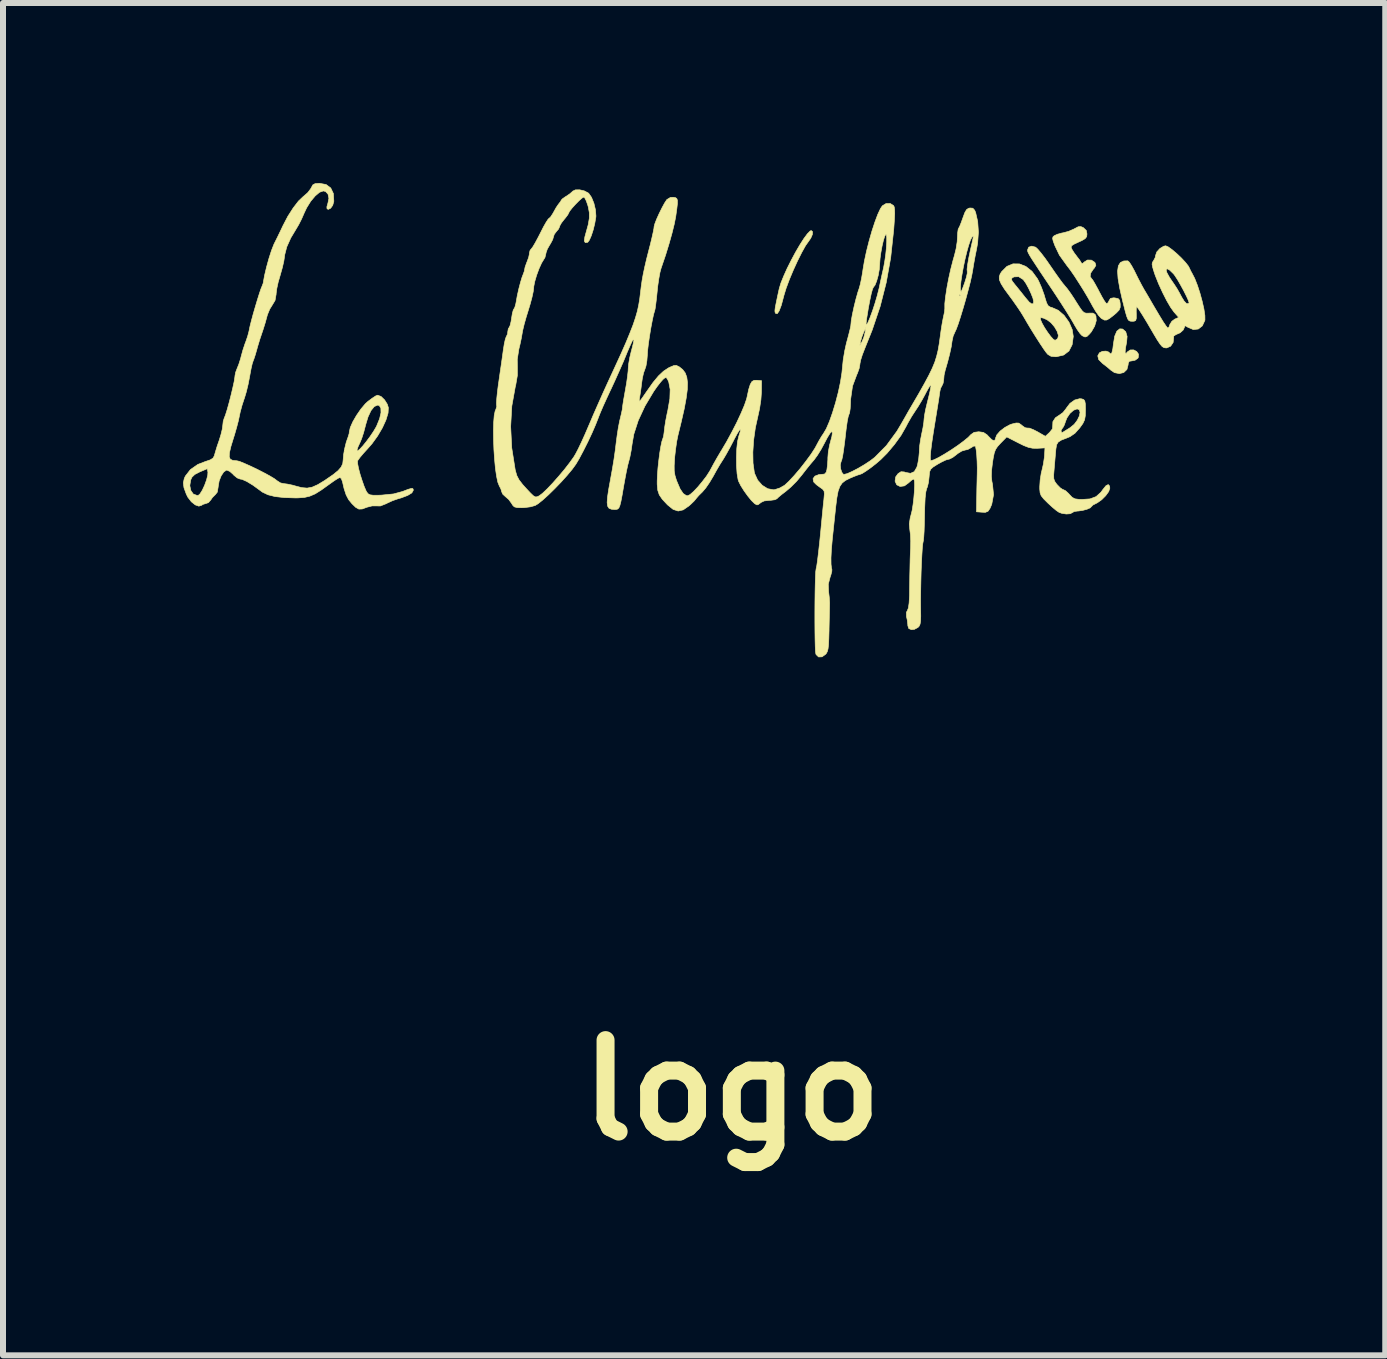
<source format=kicad_pcb>
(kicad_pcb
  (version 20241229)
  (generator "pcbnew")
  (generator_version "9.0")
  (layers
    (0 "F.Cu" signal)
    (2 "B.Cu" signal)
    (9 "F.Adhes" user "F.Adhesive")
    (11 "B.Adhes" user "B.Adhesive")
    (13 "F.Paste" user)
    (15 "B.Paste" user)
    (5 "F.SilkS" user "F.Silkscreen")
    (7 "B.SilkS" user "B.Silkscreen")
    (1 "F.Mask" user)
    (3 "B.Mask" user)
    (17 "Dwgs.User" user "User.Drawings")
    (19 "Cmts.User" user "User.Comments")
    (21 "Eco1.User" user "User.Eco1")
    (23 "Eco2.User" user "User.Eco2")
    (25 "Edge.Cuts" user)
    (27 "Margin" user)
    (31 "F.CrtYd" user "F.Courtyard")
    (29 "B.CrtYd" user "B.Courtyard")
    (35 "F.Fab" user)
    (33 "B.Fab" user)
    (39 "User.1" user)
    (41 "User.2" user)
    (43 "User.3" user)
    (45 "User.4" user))
  (footprint "logo"
    (layer "F.Cu")
    (at 9.146 15.118)
    (property "Reference" "logo" (at 0 0 0) (layer "F.SilkS") (effects (font (size 1.524 1.524) (thickness 0.3))))
    (attr through_hole)
    (fp_poly (pts (xy 1.345 -14.307) (xy 1.342 -14.26) (xy 1.316 -14.2) (xy 1.283 -14.152) (xy 1.228 -14.074) (xy 1.164 -13.959) (xy 1.094 -13.819) (xy 1.024 -13.666) (xy 0.959 -13.511) (xy 0.905 -13.366) (xy 0.867 -13.242) (xy 0.863 -13.225) (xy 0.824 -13.08) (xy 0.788 -12.986) (xy 0.757 -12.941) (xy 0.729 -12.946) (xy 0.725 -12.953) (xy 0.719 -12.969) (xy 0.718 -12.998) (xy 0.724 -13.046) (xy 0.739 -13.122) (xy 0.762 -13.233) (xy 0.79 -13.36) (xy 0.818 -13.453) (xy 0.864 -13.567) (xy 0.922 -13.696) (xy 0.99 -13.831) (xy 1.061 -13.964) (xy 1.133 -14.087) (xy 1.2 -14.192) (xy 1.259 -14.272) (xy 1.304 -14.318) (xy 1.323 -14.326) (xy 1.345 -14.307)) (stroke (width 0.01) (type solid)) (fill yes) (layer "F.SilkS"))
    (fp_poly (pts (xy 6.512 -12.685) (xy 6.564 -12.64) (xy 6.587 -12.561) (xy 6.578 -12.457) (xy 6.577 -12.456) (xy 6.562 -12.378) (xy 6.555 -12.314) (xy 6.555 -12.306) (xy 6.557 -12.271) (xy 6.572 -12.279) (xy 6.59 -12.302) (xy 6.639 -12.336) (xy 6.696 -12.337) (xy 6.747 -12.31) (xy 6.777 -12.266) (xy 6.773 -12.211) (xy 6.766 -12.198) (xy 6.72 -12.165) (xy 6.671 -12.155) (xy 6.621 -12.147) (xy 6.605 -12.11) (xy 6.604 -12.089) (xy 6.584 -12.011) (xy 6.531 -11.96) (xy 6.458 -11.942) (xy 6.377 -11.958) (xy 6.318 -11.998) (xy 6.25 -12.056) (xy 6.176 -12.113) (xy 6.175 -12.114) (xy 6.113 -12.176) (xy 6.098 -12.238) (xy 6.126 -12.289) (xy 6.175 -12.313) (xy 6.235 -12.317) (xy 6.281 -12.301) (xy 6.287 -12.294) (xy 6.312 -12.269) (xy 6.333 -12.289) (xy 6.349 -12.357) (xy 6.359 -12.438) (xy 6.38 -12.565) (xy 6.416 -12.649) (xy 6.464 -12.688) (xy 6.512 -12.685)) (stroke (width 0.01) (type solid)) (fill yes) (layer "F.SilkS"))
    (fp_poly (pts (xy 5.062 -14.049) (xy 5.063 -14.048) (xy 5.098 -14.016) (xy 5.153 -13.951) (xy 5.222 -13.861) (xy 5.296 -13.755) (xy 5.309 -13.736) (xy 5.385 -13.626) (xy 5.455 -13.527) (xy 5.513 -13.449) (xy 5.551 -13.403) (xy 5.554 -13.399) (xy 5.592 -13.354) (xy 5.647 -13.278) (xy 5.708 -13.186) (xy 5.734 -13.144) (xy 5.794 -13.05) (xy 5.836 -12.991) (xy 5.868 -12.96) (xy 5.901 -12.949) (xy 5.943 -12.949) (xy 5.953 -12.95) (xy 6.018 -12.95) (xy 6.053 -12.929) (xy 6.068 -12.899) (xy 6.073 -12.824) (xy 6.046 -12.733) (xy 5.993 -12.641) (xy 5.963 -12.605) (xy 5.919 -12.562) (xy 5.886 -12.552) (xy 5.845 -12.57) (xy 5.836 -12.575) (xy 5.804 -12.608) (xy 5.757 -12.674) (xy 5.706 -12.759) (xy 5.7 -12.771) (xy 5.655 -12.848) (xy 5.588 -12.957) (xy 5.506 -13.086) (xy 5.415 -13.226) (xy 5.337 -13.344) (xy 5.219 -13.52) (xy 5.126 -13.659) (xy 5.056 -13.766) (xy 5.004 -13.845) (xy 4.969 -13.901) (xy 4.947 -13.94) (xy 4.935 -13.966) (xy 4.929 -13.983) (xy 4.928 -13.998) (xy 4.928 -14.003) (xy 4.947 -14.049) (xy 4.997 -14.066) (xy 5.062 -14.049)) (stroke (width 0.01) (type solid)) (fill yes) (layer "F.SilkS"))
    (fp_poly (pts (xy 5.857 -14.375) (xy 5.907 -14.327) (xy 5.918 -14.269) (xy 5.913 -14.225) (xy 5.888 -14.192) (xy 5.835 -14.16) (xy 5.778 -14.134) (xy 5.701 -14.098) (xy 5.662 -14.072) (xy 5.654 -14.047) (xy 5.667 -14.014) (xy 5.667 -14.014) (xy 5.705 -13.954) (xy 5.754 -13.889) (xy 5.754 -13.888) (xy 5.797 -13.833) (xy 5.823 -13.789) (xy 5.824 -13.787) (xy 5.842 -13.772) (xy 5.872 -13.801) (xy 5.926 -13.835) (xy 5.992 -13.833) (xy 6.047 -13.797) (xy 6.054 -13.787) (xy 6.066 -13.746) (xy 6.041 -13.701) (xy 6.025 -13.684) (xy 5.98 -13.617) (xy 5.971 -13.559) (xy 5.995 -13.525) (xy 6.018 -13.496) (xy 6.055 -13.433) (xy 6.102 -13.347) (xy 6.122 -13.308) (xy 6.17 -13.218) (xy 6.211 -13.149) (xy 6.24 -13.111) (xy 6.247 -13.106) (xy 6.272 -13.127) (xy 6.287 -13.159) (xy 6.311 -13.196) (xy 6.362 -13.205) (xy 6.384 -13.203) (xy 6.438 -13.192) (xy 6.463 -13.163) (xy 6.472 -13.103) (xy 6.472 -13.046) (xy 6.454 -13.001) (xy 6.409 -12.954) (xy 6.368 -12.919) (xy 6.295 -12.862) (xy 6.247 -12.835) (xy 6.209 -12.834) (xy 6.166 -12.857) (xy 6.152 -12.867) (xy 6.114 -12.908) (xy 6.063 -12.98) (xy 6.009 -13.072) (xy 5.993 -13.102) (xy 5.937 -13.203) (xy 5.867 -13.321) (xy 5.79 -13.444) (xy 5.714 -13.562) (xy 5.646 -13.661) (xy 5.593 -13.731) (xy 5.584 -13.742) (xy 5.459 -13.916) (xy 5.384 -14.073) (xy 5.355 -14.151) (xy 5.345 -14.196) (xy 5.353 -14.223) (xy 5.373 -14.24) (xy 5.424 -14.264) (xy 5.5 -14.285) (xy 5.52 -14.288) (xy 5.613 -14.313) (xy 5.7 -14.351) (xy 5.711 -14.357) (xy 5.772 -14.389) (xy 5.816 -14.392) (xy 5.857 -14.375)) (stroke (width 0.01) (type solid)) (fill yes) (layer "F.SilkS"))
    (fp_poly (pts (xy 4.793 -13.77) (xy 4.901 -13.727) (xy 5.003 -13.645) (xy 5.092 -13.524) (xy 5.114 -13.482) (xy 5.161 -13.375) (xy 5.204 -13.256) (xy 5.219 -13.204) (xy 5.245 -13.121) (xy 5.27 -13.074) (xy 5.305 -13.051) (xy 5.335 -13.043) (xy 5.441 -12.996) (xy 5.538 -12.911) (xy 5.618 -12.8) (xy 5.672 -12.676) (xy 5.69 -12.561) (xy 5.671 -12.423) (xy 5.618 -12.319) (xy 5.531 -12.252) (xy 5.412 -12.224) (xy 5.397 -12.223) (xy 5.32 -12.23) (xy 5.267 -12.261) (xy 5.24 -12.292) (xy 5.199 -12.349) (xy 5.139 -12.439) (xy 5.068 -12.55) (xy 4.993 -12.67) (xy 4.922 -12.788) (xy 4.873 -12.873) (xy 5.143 -12.873) (xy 5.144 -12.841) (xy 5.169 -12.783) (xy 5.211 -12.708) (xy 5.262 -12.631) (xy 5.313 -12.562) (xy 5.358 -12.513) (xy 5.386 -12.497) (xy 5.416 -12.514) (xy 5.432 -12.531) (xy 5.442 -12.578) (xy 5.421 -12.646) (xy 5.377 -12.721) (xy 5.318 -12.79) (xy 5.253 -12.839) (xy 5.191 -12.867) (xy 5.15 -12.875) (xy 5.143 -12.873) (xy 4.873 -12.873) (xy 4.86 -12.894) (xy 4.855 -12.903) (xy 4.811 -12.974) (xy 4.747 -13.069) (xy 4.673 -13.174) (xy 4.63 -13.232) (xy 4.544 -13.349) (xy 4.489 -13.436) (xy 4.46 -13.501) (xy 4.459 -13.519) (xy 4.659 -13.519) (xy 4.671 -13.485) (xy 4.714 -13.43) (xy 4.771 -13.36) (xy 4.841 -13.273) (xy 4.888 -13.213) (xy 4.955 -13.134) (xy 5.001 -13.101) (xy 5.025 -13.113) (xy 5.029 -13.145) (xy 5.017 -13.2) (xy 4.985 -13.28) (xy 4.943 -13.369) (xy 4.898 -13.45) (xy 4.858 -13.506) (xy 4.854 -13.51) (xy 4.78 -13.557) (xy 4.704 -13.554) (xy 4.675 -13.54) (xy 4.659 -13.519) (xy 4.459 -13.519) (xy 4.456 -13.554) (xy 4.472 -13.603) (xy 4.497 -13.642) (xy 4.584 -13.729) (xy 4.685 -13.771) (xy 4.793 -13.77)) (stroke (width 0.01) (type solid)) (fill yes) (layer "F.SilkS"))
    (fp_poly (pts (xy 7.272 -14.054) (xy 7.336 -14.008) (xy 7.413 -13.943) (xy 7.49 -13.87) (xy 7.558 -13.797) (xy 7.606 -13.736) (xy 7.619 -13.713) (xy 7.649 -13.65) (xy 7.669 -13.614) (xy 7.713 -13.529) (xy 7.758 -13.415) (xy 7.801 -13.283) (xy 7.838 -13.147) (xy 7.867 -13.019) (xy 7.883 -12.911) (xy 7.884 -12.836) (xy 7.882 -12.827) (xy 7.84 -12.737) (xy 7.773 -12.685) (xy 7.69 -12.676) (xy 7.6 -12.714) (xy 7.559 -12.738) (xy 7.545 -12.73) (xy 7.544 -12.718) (xy 7.522 -12.669) (xy 7.47 -12.622) (xy 7.405 -12.594) (xy 7.404 -12.594) (xy 7.364 -12.568) (xy 7.362 -12.536) (xy 7.354 -12.46) (xy 7.312 -12.399) (xy 7.248 -12.37) (xy 7.236 -12.37) (xy 7.203 -12.374) (xy 7.171 -12.393) (xy 7.136 -12.434) (xy 7.089 -12.504) (xy 7.026 -12.61) (xy 7.022 -12.617) (xy 6.921 -12.79) (xy 6.842 -12.92) (xy 6.786 -13.007) (xy 6.753 -13.051) (xy 6.746 -13.056) (xy 6.74 -13.033) (xy 6.739 -12.975) (xy 6.74 -12.935) (xy 6.74 -12.862) (xy 6.73 -12.827) (xy 6.703 -12.815) (xy 6.67 -12.814) (xy 6.641 -12.816) (xy 6.618 -12.825) (xy 6.599 -12.849) (xy 6.58 -12.897) (xy 6.557 -12.976) (xy 6.528 -13.092) (xy 6.511 -13.157) (xy 6.464 -13.364) (xy 6.436 -13.527) (xy 6.428 -13.65) (xy 6.441 -13.738) (xy 6.475 -13.793) (xy 6.531 -13.819) (xy 6.598 -13.821) (xy 6.624 -13.798) (xy 6.662 -13.74) (xy 6.707 -13.658) (xy 6.719 -13.633) (xy 6.772 -13.526) (xy 6.828 -13.419) (xy 6.875 -13.334) (xy 6.877 -13.332) (xy 6.929 -13.244) (xy 6.99 -13.139) (xy 7.033 -13.065) (xy 7.123 -12.913) (xy 7.19 -12.803) (xy 7.237 -12.734) (xy 7.263 -12.703) (xy 7.268 -12.701) (xy 7.286 -12.721) (xy 7.299 -12.759) (xy 7.332 -12.813) (xy 7.38 -12.849) (xy 7.447 -12.879) (xy 7.369 -12.967) (xy 7.313 -13.045) (xy 7.247 -13.158) (xy 7.178 -13.294) (xy 7.112 -13.438) (xy 7.056 -13.578) (xy 7.039 -13.627) (xy 7.025 -13.673) (xy 7.237 -13.673) (xy 7.25 -13.624) (xy 7.294 -13.544) (xy 7.309 -13.522) (xy 7.374 -13.427) (xy 7.42 -13.356) (xy 7.457 -13.291) (xy 7.498 -13.214) (xy 7.537 -13.151) (xy 7.574 -13.112) (xy 7.587 -13.106) (xy 7.617 -13.115) (xy 7.62 -13.12) (xy 7.608 -13.161) (xy 7.576 -13.232) (xy 7.531 -13.322) (xy 7.479 -13.417) (xy 7.428 -13.506) (xy 7.383 -13.575) (xy 7.362 -13.603) (xy 7.296 -13.667) (xy 7.254 -13.689) (xy 7.237 -13.673) (xy 7.025 -13.673) (xy 7.013 -13.713) (xy 7.003 -13.766) (xy 7.011 -13.8) (xy 7.025 -13.82) (xy 7.055 -13.876) (xy 7.061 -13.91) (xy 7.082 -13.97) (xy 7.134 -14.027) (xy 7.197 -14.065) (xy 7.23 -14.072) (xy 7.272 -14.054)) (stroke (width 0.01) (type solid)) (fill yes) (layer "F.SilkS"))
    (fp_poly (pts (xy -6.762 -15.093) (xy -6.684 -15.035) (xy -6.64 -14.942) (xy -6.633 -14.815) (xy -6.634 -14.808) (xy -6.652 -14.745) (xy -6.686 -14.698) (xy -6.724 -14.679) (xy -6.746 -14.688) (xy -6.749 -14.72) (xy -6.733 -14.777) (xy -6.731 -14.783) (xy -6.715 -14.864) (xy -6.73 -14.933) (xy -6.771 -14.977) (xy -6.808 -14.986) (xy -6.871 -14.964) (xy -6.943 -14.903) (xy -7.018 -14.814) (xy -7.085 -14.706) (xy -7.125 -14.622) (xy -7.169 -14.521) (xy -7.217 -14.426) (xy -7.256 -14.36) (xy -7.35 -14.203) (xy -7.417 -14.054) (xy -7.451 -13.923) (xy -7.454 -13.898) (xy -7.466 -13.816) (xy -7.491 -13.707) (xy -7.523 -13.594) (xy -7.528 -13.576) (xy -7.56 -13.466) (xy -7.583 -13.36) (xy -7.594 -13.278) (xy -7.594 -13.267) (xy -7.612 -13.162) (xy -7.657 -13.087) (xy -7.701 -13.016) (xy -7.739 -12.924) (xy -7.749 -12.888) (xy -7.776 -12.789) (xy -7.811 -12.677) (xy -7.829 -12.624) (xy -7.866 -12.514) (xy -7.902 -12.395) (xy -7.916 -12.344) (xy -7.941 -12.257) (xy -7.965 -12.184) (xy -7.977 -12.154) (xy -7.993 -12.106) (xy -8.012 -12.023) (xy -8.031 -11.921) (xy -8.037 -11.887) (xy -8.061 -11.763) (xy -8.092 -11.635) (xy -8.124 -11.529) (xy -8.128 -11.519) (xy -8.163 -11.412) (xy -8.193 -11.301) (xy -8.206 -11.239) (xy -8.223 -11.158) (xy -8.252 -11.047) (xy -8.287 -10.925) (xy -8.304 -10.871) (xy -8.348 -10.728) (xy -8.372 -10.625) (xy -8.376 -10.557) (xy -8.359 -10.516) (xy -8.319 -10.496) (xy -8.256 -10.49) (xy -8.251 -10.49) (xy -8.205 -10.479) (xy -8.126 -10.447) (xy -8.025 -10.402) (xy -7.913 -10.349) (xy -7.802 -10.292) (xy -7.702 -10.238) (xy -7.625 -10.192) (xy -7.581 -10.159) (xy -7.581 -10.158) (xy -7.521 -10.12) (xy -7.47 -10.109) (xy -7.407 -10.101) (xy -7.321 -10.083) (xy -7.279 -10.071) (xy -7.169 -10.042) (xy -7.078 -10.034) (xy -6.993 -10.05) (xy -6.899 -10.092) (xy -6.782 -10.163) (xy -6.768 -10.173) (xy -6.646 -10.257) (xy -6.562 -10.325) (xy -6.511 -10.384) (xy -6.484 -10.443) (xy -6.477 -10.508) (xy -6.477 -10.508) (xy -6.47 -10.593) (xy -6.458 -10.661) (xy -6.248 -10.661) (xy -6.234 -10.655) (xy -6.199 -10.684) (xy -6.148 -10.739) (xy -6.09 -10.811) (xy -6.029 -10.893) (xy -5.973 -10.976) (xy -5.928 -11.052) (xy -5.918 -11.072) (xy -5.87 -11.19) (xy -5.847 -11.29) (xy -5.849 -11.366) (xy -5.876 -11.41) (xy -5.904 -11.417) (xy -5.959 -11.393) (xy -6.014 -11.325) (xy -6.063 -11.22) (xy -6.104 -11.084) (xy -6.108 -11.067) (xy -6.136 -10.96) (xy -6.169 -10.859) (xy -6.199 -10.788) (xy -6.23 -10.721) (xy -6.246 -10.67) (xy -6.248 -10.661) (xy -6.458 -10.661) (xy -6.451 -10.697) (xy -6.426 -10.798) (xy -6.4 -10.873) (xy -6.398 -10.877) (xy -6.378 -10.941) (xy -6.375 -10.97) (xy -6.359 -11.043) (xy -6.316 -11.14) (xy -6.254 -11.247) (xy -6.182 -11.351) (xy -6.107 -11.44) (xy -6.064 -11.479) (xy -5.993 -11.532) (xy -5.935 -11.57) (xy -5.903 -11.582) (xy -5.846 -11.561) (xy -5.788 -11.505) (xy -5.742 -11.432) (xy -5.724 -11.375) (xy -5.729 -11.285) (xy -5.764 -11.169) (xy -5.824 -11.038) (xy -5.904 -10.902) (xy -5.997 -10.773) (xy -6.07 -10.69) (xy -6.141 -10.612) (xy -6.199 -10.543) (xy -6.233 -10.495) (xy -6.238 -10.484) (xy -6.236 -10.44) (xy -6.221 -10.362) (xy -6.195 -10.264) (xy -6.162 -10.161) (xy -6.128 -10.064) (xy -6.096 -9.989) (xy -6.082 -9.965) (xy -6.06 -9.938) (xy -6.029 -9.922) (xy -5.978 -9.915) (xy -5.893 -9.915) (xy -5.836 -9.917) (xy -5.637 -9.937) (xy -5.486 -9.978) (xy -5.396 -10.013) (xy -5.343 -10.028) (xy -5.317 -10.027) (xy -5.309 -10.008) (xy -5.309 -9.996) (xy -5.333 -9.954) (xy -5.402 -9.912) (xy -5.51 -9.871) (xy -5.563 -9.856) (xy -5.655 -9.824) (xy -5.742 -9.784) (xy -5.761 -9.774) (xy -5.857 -9.736) (xy -5.918 -9.737) (xy -5.995 -9.737) (xy -6.078 -9.716) (xy -6.081 -9.715) (xy -6.16 -9.686) (xy -6.216 -9.684) (xy -6.268 -9.713) (xy -6.33 -9.773) (xy -6.386 -9.841) (xy -6.428 -9.921) (xy -6.462 -10.025) (xy -6.489 -10.141) (xy -6.508 -10.192) (xy -6.531 -10.211) (xy -6.564 -10.196) (xy -6.624 -10.158) (xy -6.7 -10.104) (xy -6.714 -10.094) (xy -6.842 -10.002) (xy -6.944 -9.938) (xy -7.035 -9.899) (xy -7.125 -9.878) (xy -7.228 -9.871) (xy -7.264 -9.87) (xy -7.459 -9.876) (xy -7.612 -9.893) (xy -7.731 -9.923) (xy -7.825 -9.968) (xy -7.861 -9.995) (xy -7.979 -10.081) (xy -8.082 -10.144) (xy -8.163 -10.18) (xy -8.195 -10.185) (xy -8.242 -10.203) (xy -8.298 -10.248) (xy -8.312 -10.264) (xy -8.365 -10.311) (xy -8.413 -10.333) (xy -8.423 -10.333) (xy -8.468 -10.302) (xy -8.511 -10.237) (xy -8.544 -10.153) (xy -8.559 -10.066) (xy -8.56 -10.054) (xy -8.575 -9.966) (xy -8.607 -9.926) (xy -8.656 -9.877) (xy -8.684 -9.836) (xy -8.723 -9.792) (xy -8.759 -9.779) (xy -8.815 -9.762) (xy -8.835 -9.748) (xy -8.882 -9.733) (xy -8.942 -9.754) (xy -9.007 -9.806) (xy -9.065 -9.881) (xy -9.091 -9.933) (xy -9.13 -10.039) (xy -9.135 -10.076) (xy -9.033 -10.076) (xy -9.016 -9.994) (xy -8.975 -9.935) (xy -8.913 -9.912) (xy -8.891 -9.913) (xy -8.863 -9.938) (xy -8.825 -9.998) (xy -8.787 -10.079) (xy -8.754 -10.17) (xy -8.734 -10.249) (xy -8.731 -10.298) (xy -8.742 -10.357) (xy -8.867 -10.304) (xy -8.949 -10.262) (xy -8.997 -10.216) (xy -9.018 -10.17) (xy -9.033 -10.076) (xy -9.135 -10.076) (xy -9.141 -10.121) (xy -9.125 -10.195) (xy -9.107 -10.234) (xy -9.023 -10.342) (xy -8.9 -10.428) (xy -8.776 -10.476) (xy -8.693 -10.504) (xy -8.647 -10.533) (xy -8.625 -10.571) (xy -8.621 -10.586) (xy -8.604 -10.645) (xy -8.577 -10.733) (xy -8.544 -10.828) (xy -8.514 -10.926) (xy -8.492 -11.016) (xy -8.484 -11.076) (xy -8.476 -11.147) (xy -8.461 -11.195) (xy -8.439 -11.251) (xy -8.41 -11.343) (xy -8.378 -11.458) (xy -8.346 -11.583) (xy -8.317 -11.704) (xy -8.294 -11.809) (xy -8.282 -11.885) (xy -8.28 -11.907) (xy -8.269 -11.964) (xy -8.244 -12.029) (xy -8.216 -12.099) (xy -8.187 -12.19) (xy -8.177 -12.23) (xy -8.148 -12.335) (xy -8.112 -12.443) (xy -8.1 -12.474) (xy -8.069 -12.564) (xy -8.046 -12.651) (xy -8.041 -12.677) (xy -8.029 -12.735) (xy -8.006 -12.826) (xy -7.976 -12.937) (xy -7.941 -13.057) (xy -7.906 -13.174) (xy -7.874 -13.276) (xy -7.848 -13.353) (xy -7.832 -13.392) (xy -7.811 -13.446) (xy -7.808 -13.462) (xy -7.787 -13.579) (xy -7.754 -13.718) (xy -7.714 -13.862) (xy -7.672 -13.993) (xy -7.632 -14.095) (xy -7.625 -14.11) (xy -7.571 -14.218) (xy -7.515 -14.334) (xy -7.483 -14.402) (xy -7.401 -14.56) (xy -7.311 -14.701) (xy -7.222 -14.817) (xy -7.14 -14.895) (xy -7.133 -14.9) (xy -7.067 -14.958) (xy -7.018 -15.023) (xy -7.009 -15.039) (xy -6.983 -15.087) (xy -6.944 -15.108) (xy -6.874 -15.113) (xy -6.872 -15.113) (xy -6.762 -15.093)) (stroke (width 0.01) (type solid)) (fill yes) (layer "F.SilkS"))
    (fp_poly (pts (xy -2.459 -14.987) (xy -2.393 -14.952) (xy -2.385 -14.946) (xy -2.339 -14.88) (xy -2.299 -14.782) (xy -2.273 -14.672) (xy -2.265 -14.568) (xy -2.267 -14.545) (xy -2.285 -14.441) (xy -2.311 -14.335) (xy -2.342 -14.24) (xy -2.374 -14.167) (xy -2.401 -14.131) (xy -2.404 -14.13) (xy -2.443 -14.125) (xy -2.459 -14.153) (xy -2.45 -14.219) (xy -2.433 -14.281) (xy -2.394 -14.422) (xy -2.375 -14.531) (xy -2.375 -14.624) (xy -2.392 -14.717) (xy -2.4 -14.746) (xy -2.426 -14.821) (xy -2.452 -14.871) (xy -2.467 -14.884) (xy -2.497 -14.867) (xy -2.548 -14.822) (xy -2.606 -14.763) (xy -2.662 -14.701) (xy -2.703 -14.649) (xy -2.718 -14.621) (xy -2.733 -14.59) (xy -2.772 -14.538) (xy -2.794 -14.512) (xy -2.84 -14.453) (xy -2.867 -14.405) (xy -2.87 -14.392) (xy -2.888 -14.351) (xy -2.921 -14.313) (xy -2.959 -14.263) (xy -2.972 -14.224) (xy -2.985 -14.177) (xy -3.02 -14.111) (xy -3.035 -14.087) (xy -3.075 -14.017) (xy -3.097 -13.954) (xy -3.099 -13.939) (xy -3.115 -13.875) (xy -3.134 -13.845) (xy -3.171 -13.784) (xy -3.213 -13.691) (xy -3.253 -13.583) (xy -3.284 -13.478) (xy -3.301 -13.393) (xy -3.302 -13.371) (xy -3.31 -13.308) (xy -3.331 -13.211) (xy -3.362 -13.096) (xy -3.39 -13.004) (xy -3.428 -12.881) (xy -3.461 -12.764) (xy -3.484 -12.668) (xy -3.493 -12.62) (xy -3.508 -12.533) (xy -3.531 -12.425) (xy -3.549 -12.351) (xy -3.576 -12.179) (xy -3.574 -12.054) (xy -3.574 -11.913) (xy -3.602 -11.748) (xy -3.61 -11.717) (xy -3.667 -11.4) (xy -3.686 -11.06) (xy -3.668 -10.704) (xy -3.611 -10.343) (xy -3.606 -10.321) (xy -3.583 -10.242) (xy -3.546 -10.171) (xy -3.485 -10.092) (xy -3.428 -10.029) (xy -3.356 -9.952) (xy -3.308 -9.906) (xy -3.274 -9.887) (xy -3.245 -9.889) (xy -3.211 -9.905) (xy -3.209 -9.906) (xy -3.154 -9.948) (xy -3.076 -10.022) (xy -2.984 -10.119) (xy -2.886 -10.23) (xy -2.79 -10.344) (xy -2.704 -10.455) (xy -2.635 -10.551) (xy -2.605 -10.601) (xy -2.561 -10.685) (xy -2.505 -10.802) (xy -2.444 -10.937) (xy -2.384 -11.077) (xy -2.373 -11.102) (xy -2.305 -11.262) (xy -2.224 -11.446) (xy -2.142 -11.63) (xy -2.071 -11.786) (xy -1.95 -12.048) (xy -1.848 -12.27) (xy -1.765 -12.458) (xy -1.699 -12.618) (xy -1.646 -12.754) (xy -1.606 -12.873) (xy -1.575 -12.98) (xy -1.553 -13.081) (xy -1.536 -13.181) (xy -1.525 -13.273) (xy -1.511 -13.389) (xy -1.496 -13.494) (xy -1.477 -13.6) (xy -1.452 -13.718) (xy -1.419 -13.859) (xy -1.374 -14.035) (xy -1.361 -14.084) (xy -1.334 -14.196) (xy -1.312 -14.294) (xy -1.298 -14.365) (xy -1.296 -14.39) (xy -1.284 -14.437) (xy -1.254 -14.515) (xy -1.212 -14.608) (xy -1.165 -14.703) (xy -1.12 -14.786) (xy -1.083 -14.842) (xy -1.023 -14.878) (xy -0.974 -14.88) (xy -0.939 -14.874) (xy -0.918 -14.86) (xy -0.907 -14.831) (xy -0.907 -14.776) (xy -0.917 -14.688) (xy -0.935 -14.559) (xy -0.936 -14.554) (xy -0.959 -14.436) (xy -0.997 -14.282) (xy -1.046 -14.107) (xy -1.103 -13.921) (xy -1.165 -13.739) (xy -1.179 -13.698) (xy -1.198 -13.628) (xy -1.217 -13.523) (xy -1.235 -13.4) (xy -1.244 -13.312) (xy -1.256 -13.195) (xy -1.268 -13.096) (xy -1.278 -13.025) (xy -1.284 -12.997) (xy -1.304 -12.93) (xy -1.326 -12.827) (xy -1.35 -12.701) (xy -1.372 -12.566) (xy -1.391 -12.435) (xy -1.404 -12.322) (xy -1.408 -12.255) (xy -1.416 -12.156) (xy -1.431 -12.068) (xy -1.449 -12.014) (xy -1.471 -11.954) (xy -1.491 -11.866) (xy -1.501 -11.798) (xy -1.514 -11.694) (xy -1.529 -11.594) (xy -1.537 -11.544) (xy -1.544 -11.5) (xy -1.542 -11.481) (xy -1.526 -11.493) (xy -1.492 -11.538) (xy -1.435 -11.621) (xy -1.419 -11.644) (xy -1.314 -11.793) (xy -1.223 -11.903) (xy -1.139 -11.982) (xy -1.056 -12.037) (xy -1.031 -12.049) (xy -0.967 -12.076) (xy -0.926 -12.079) (xy -0.884 -12.059) (xy -0.875 -12.054) (xy -0.819 -12.009) (xy -0.777 -11.953) (xy -0.751 -11.883) (xy -0.739 -11.792) (xy -0.742 -11.677) (xy -0.761 -11.532) (xy -0.794 -11.353) (xy -0.844 -11.134) (xy -0.899 -10.909) (xy -0.919 -10.81) (xy -0.937 -10.684) (xy -0.952 -10.555) (xy -0.954 -10.525) (xy -0.961 -10.406) (xy -0.96 -10.319) (xy -0.948 -10.246) (xy -0.925 -10.17) (xy -0.915 -10.144) (xy -0.862 -10.02) (xy -0.81 -9.943) (xy -0.758 -9.909) (xy -0.737 -9.906) (xy -0.698 -9.925) (xy -0.638 -9.977) (xy -0.567 -10.052) (xy -0.493 -10.141) (xy -0.423 -10.232) (xy -0.368 -10.318) (xy -0.349 -10.353) (xy -0.304 -10.437) (xy -0.244 -10.543) (xy -0.182 -10.648) (xy -0.177 -10.655) (xy -0.088 -10.806) (xy -0.000496 -10.967) (xy 0.082 -11.128) (xy 0.153 -11.281) (xy 0.21 -11.415) (xy 0.246 -11.52) (xy 0.254 -11.554) (xy 0.281 -11.68) (xy 0.307 -11.762) (xy 0.335 -11.81) (xy 0.371 -11.83) (xy 0.416 -11.831) (xy 0.495 -11.824) (xy 0.493 -11.633) (xy 0.484 -11.504) (xy 0.462 -11.358) (xy 0.436 -11.239) (xy 0.392 -11.04) (xy 0.363 -10.834) (xy 0.35 -10.633) (xy 0.353 -10.451) (xy 0.374 -10.301) (xy 0.381 -10.274) (xy 0.43 -10.167) (xy 0.506 -10.081) (xy 0.597 -10.024) (xy 0.692 -10.006) (xy 0.714 -10.008) (xy 0.8 -10.036) (xy 0.879 -10.081) (xy 0.879 -10.081) (xy 0.951 -10.148) (xy 1.041 -10.245) (xy 1.139 -10.36) (xy 1.235 -10.483) (xy 1.321 -10.6) (xy 1.385 -10.699) (xy 1.403 -10.732) (xy 1.45 -10.82) (xy 1.496 -10.898) (xy 1.526 -10.942) (xy 1.574 -11.023) (xy 1.626 -11.144) (xy 1.678 -11.292) (xy 1.729 -11.459) (xy 1.774 -11.632) (xy 1.81 -11.801) (xy 1.834 -11.955) (xy 1.843 -12.045) (xy 1.856 -12.173) (xy 1.881 -12.321) (xy 1.9 -12.408) (xy 2.131 -12.408) (xy 2.167 -12.471) (xy 2.198 -12.542) (xy 2.219 -12.624) (xy 2.235 -12.713) (xy 2.198 -12.634) (xy 2.167 -12.554) (xy 2.146 -12.481) (xy 2.131 -12.408) (xy 1.9 -12.408) (xy 1.912 -12.46) (xy 1.919 -12.484) (xy 1.947 -12.589) (xy 1.969 -12.677) (xy 1.982 -12.736) (xy 1.983 -12.751) (xy 1.985 -12.769) (xy 2.237 -12.769) (xy 2.246 -12.758) (xy 2.268 -12.793) (xy 2.302 -12.873) (xy 2.344 -12.987) (xy 2.384 -13.109) (xy 2.422 -13.238) (xy 2.45 -13.349) (xy 2.453 -13.36) (xy 2.477 -13.475) (xy 2.506 -13.608) (xy 2.53 -13.713) (xy 2.548 -13.814) (xy 2.564 -13.924) (xy 2.575 -14.034) (xy 2.581 -14.133) (xy 2.581 -14.21) (xy 2.575 -14.255) (xy 2.566 -14.262) (xy 2.547 -14.229) (xy 2.525 -14.159) (xy 2.503 -14.065) (xy 2.484 -13.961) (xy 2.47 -13.861) (xy 2.464 -13.777) (xy 2.464 -13.772) (xy 2.457 -13.678) (xy 2.439 -13.577) (xy 2.413 -13.484) (xy 2.385 -13.414) (xy 2.362 -13.386) (xy 2.345 -13.353) (xy 2.324 -13.278) (xy 2.3 -13.166) (xy 2.274 -13.027) (xy 2.248 -12.866) (xy 2.242 -12.827) (xy 2.237 -12.769) (xy 1.985 -12.769) (xy 1.99 -12.824) (xy 2.009 -12.93) (xy 2.036 -13.055) (xy 2.068 -13.184) (xy 2.101 -13.301) (xy 2.122 -13.363) (xy 2.141 -13.432) (xy 2.162 -13.532) (xy 2.181 -13.644) (xy 2.184 -13.668) (xy 2.209 -13.817) (xy 2.244 -13.981) (xy 2.287 -14.151) (xy 2.334 -14.316) (xy 2.384 -14.468) (xy 2.432 -14.596) (xy 2.477 -14.692) (xy 2.508 -14.738) (xy 2.57 -14.776) (xy 2.639 -14.777) (xy 2.694 -14.743) (xy 2.706 -14.719) (xy 2.712 -14.676) (xy 2.714 -14.608) (xy 2.709 -14.506) (xy 2.699 -14.364) (xy 2.695 -14.318) (xy 2.647 -13.873) (xy 2.573 -13.46) (xy 2.472 -13.063) (xy 2.338 -12.666) (xy 2.212 -12.352) (xy 2.174 -12.254) (xy 2.146 -12.165) (xy 2.134 -12.102) (xy 2.134 -12.097) (xy 2.122 -12.029) (xy 2.093 -11.947) (xy 2.082 -11.924) (xy 2.011 -11.734) (xy 1.979 -11.511) (xy 1.977 -11.443) (xy 1.972 -11.356) (xy 1.962 -11.289) (xy 1.952 -11.262) (xy 1.939 -11.225) (xy 1.924 -11.151) (xy 1.91 -11.053) (xy 1.904 -11.008) (xy 1.882 -10.817) (xy 1.863 -10.672) (xy 1.847 -10.569) (xy 1.832 -10.503) (xy 1.819 -10.47) (xy 1.807 -10.42) (xy 1.813 -10.356) (xy 1.832 -10.298) (xy 1.859 -10.264) (xy 1.869 -10.262) (xy 1.923 -10.275) (xy 2.006 -10.312) (xy 2.106 -10.364) (xy 2.211 -10.426) (xy 2.308 -10.49) (xy 2.381 -10.546) (xy 2.576 -10.743) (xy 2.751 -10.982) (xy 2.817 -11.093) (xy 2.879 -11.201) (xy 2.944 -11.316) (xy 2.996 -11.405) (xy 3.114 -11.607) (xy 3.208 -11.774) (xy 3.282 -11.912) (xy 3.339 -12.029) (xy 3.382 -12.133) (xy 3.413 -12.232) (xy 3.437 -12.331) (xy 3.456 -12.44) (xy 3.468 -12.528) (xy 3.485 -12.652) (xy 3.503 -12.767) (xy 3.52 -12.858) (xy 3.529 -12.899) (xy 3.544 -12.971) (xy 3.549 -13.025) (xy 3.549 -13.03) (xy 3.549 -13.108) (xy 3.561 -13.223) (xy 3.565 -13.246) (xy 3.785 -13.246) (xy 3.797 -13.233) (xy 3.81 -13.246) (xy 3.797 -13.259) (xy 3.785 -13.246) (xy 3.565 -13.246) (xy 3.583 -13.364) (xy 3.587 -13.387) (xy 3.809 -13.387) (xy 3.81 -13.328) (xy 3.82 -13.31) (xy 3.833 -13.332) (xy 3.856 -13.389) (xy 3.883 -13.465) (xy 3.909 -13.549) (xy 3.923 -13.613) (xy 3.923 -13.643) (xy 3.92 -13.68) (xy 3.929 -13.757) (xy 3.948 -13.868) (xy 3.976 -14.003) (xy 4.003 -14.122) (xy 4.02 -14.198) (xy 4.023 -14.232) (xy 4.013 -14.23) (xy 4.002 -14.216) (xy 3.975 -14.164) (xy 3.946 -14.079) (xy 3.915 -13.969) (xy 3.885 -13.845) (xy 3.858 -13.716) (xy 3.835 -13.59) (xy 3.818 -13.478) (xy 3.809 -13.387) (xy 3.587 -13.387) (xy 3.612 -13.52) (xy 3.647 -13.679) (xy 3.686 -13.83) (xy 3.71 -13.913) (xy 3.737 -14.023) (xy 3.755 -14.139) (xy 3.759 -14.208) (xy 3.763 -14.287) (xy 3.771 -14.344) (xy 3.778 -14.361) (xy 3.796 -14.394) (xy 3.822 -14.459) (xy 3.85 -14.537) (xy 3.882 -14.624) (xy 3.911 -14.674) (xy 3.943 -14.696) (xy 3.968 -14.702) (xy 4.016 -14.698) (xy 4.047 -14.664) (xy 4.063 -14.625) (xy 4.097 -14.476) (xy 4.109 -14.3) (xy 4.096 -14.117) (xy 4.079 -14.021) (xy 4.054 -13.898) (xy 4.03 -13.766) (xy 4.014 -13.665) (xy 3.998 -13.578) (xy 3.972 -13.461) (xy 3.936 -13.323) (xy 3.896 -13.175) (xy 3.853 -13.027) (xy 3.811 -12.889) (xy 3.773 -12.771) (xy 3.74 -12.682) (xy 3.718 -12.635) (xy 3.688 -12.567) (xy 3.67 -12.485) (xy 3.669 -12.478) (xy 3.656 -12.389) (xy 3.63 -12.269) (xy 3.596 -12.137) (xy 3.559 -12.009) (xy 3.556 -12) (xy 3.537 -11.917) (xy 3.531 -11.846) (xy 3.521 -11.782) (xy 3.502 -11.741) (xy 3.478 -11.696) (xy 3.466 -11.641) (xy 3.459 -11.591) (xy 3.446 -11.502) (xy 3.427 -11.385) (xy 3.405 -11.25) (xy 3.395 -11.189) (xy 3.358 -10.961) (xy 3.331 -10.782) (xy 3.314 -10.647) (xy 3.307 -10.555) (xy 3.309 -10.504) (xy 3.318 -10.491) (xy 3.368 -10.506) (xy 3.448 -10.545) (xy 3.548 -10.603) (xy 3.658 -10.672) (xy 3.766 -10.745) (xy 3.863 -10.817) (xy 3.939 -10.879) (xy 3.983 -10.925) (xy 4.037 -10.963) (xy 4.114 -10.973) (xy 4.193 -10.962) (xy 4.253 -10.922) (xy 4.276 -10.897) (xy 4.334 -10.839) (xy 4.374 -10.823) (xy 4.393 -10.85) (xy 4.394 -10.866) (xy 4.416 -10.921) (xy 4.471 -10.984) (xy 4.549 -11.044) (xy 4.634 -11.09) (xy 4.668 -11.102) (xy 4.738 -11.119) (xy 4.782 -11.117) (xy 4.821 -11.09) (xy 4.837 -11.076) (xy 4.886 -11.041) (xy 4.924 -11.034) (xy 4.926 -11.035) (xy 4.961 -11.033) (xy 5.024 -11.008) (xy 5.089 -10.975) (xy 5.225 -10.897) (xy 5.294 -10.961) (xy 5.312 -10.983) (xy 5.486 -10.983) (xy 5.499 -10.959) (xy 5.518 -10.966) (xy 5.559 -10.992) (xy 5.622 -11.031) (xy 5.64 -11.043) (xy 5.706 -11.097) (xy 5.757 -11.165) (xy 5.791 -11.235) (xy 5.803 -11.297) (xy 5.79 -11.34) (xy 5.754 -11.354) (xy 5.695 -11.332) (xy 5.633 -11.277) (xy 5.583 -11.202) (xy 5.563 -11.15) (xy 5.54 -11.084) (xy 5.517 -11.041) (xy 5.511 -11.036) (xy 5.489 -11) (xy 5.486 -10.983) (xy 5.312 -10.983) (xy 5.343 -11.022) (xy 5.347 -11.073) (xy 5.35 -11.141) (xy 5.392 -11.206) (xy 5.461 -11.252) (xy 5.518 -11.293) (xy 5.568 -11.356) (xy 5.572 -11.363) (xy 5.634 -11.445) (xy 5.714 -11.502) (xy 5.797 -11.524) (xy 5.831 -11.521) (xy 5.864 -11.509) (xy 5.882 -11.485) (xy 5.891 -11.438) (xy 5.893 -11.355) (xy 5.893 -11.334) (xy 5.89 -11.238) (xy 5.878 -11.171) (xy 5.85 -11.111) (xy 5.798 -11.038) (xy 5.797 -11.037) (xy 5.718 -10.948) (xy 5.635 -10.891) (xy 5.577 -10.867) (xy 5.489 -10.833) (xy 5.438 -10.8) (xy 5.412 -10.756) (xy 5.4 -10.685) (xy 5.397 -10.652) (xy 5.389 -10.56) (xy 5.379 -10.444) (xy 5.371 -10.349) (xy 5.363 -10.253) (xy 5.365 -10.191) (xy 5.38 -10.147) (xy 5.411 -10.103) (xy 5.423 -10.089) (xy 5.473 -10.038) (xy 5.515 -10.01) (xy 5.524 -10.008) (xy 5.561 -9.99) (xy 5.61 -9.945) (xy 5.626 -9.927) (xy 5.671 -9.88) (xy 5.718 -9.855) (xy 5.786 -9.846) (xy 5.835 -9.845) (xy 5.969 -9.854) (xy 6.07 -9.892) (xy 6.151 -9.965) (xy 6.184 -10.011) (xy 6.235 -10.074) (xy 6.273 -10.093) (xy 6.295 -10.068) (xy 6.299 -10.032) (xy 6.28 -9.976) (xy 6.23 -9.907) (xy 6.163 -9.84) (xy 6.092 -9.79) (xy 6.071 -9.779) (xy 6.018 -9.752) (xy 5.995 -9.729) (xy 5.994 -9.728) (xy 5.972 -9.705) (xy 5.917 -9.681) (xy 5.845 -9.662) (xy 5.774 -9.652) (xy 5.764 -9.652) (xy 5.706 -9.644) (xy 5.677 -9.627) (xy 5.639 -9.607) (xy 5.574 -9.602) (xy 5.5 -9.613) (xy 5.453 -9.63) (xy 5.407 -9.661) (xy 5.34 -9.717) (xy 5.266 -9.785) (xy 5.264 -9.787) (xy 5.195 -9.856) (xy 5.155 -9.907) (xy 5.137 -9.955) (xy 5.131 -10.017) (xy 5.131 -10.059) (xy 5.138 -10.169) (xy 5.156 -10.283) (xy 5.167 -10.327) (xy 5.191 -10.432) (xy 5.208 -10.545) (xy 5.211 -10.578) (xy 5.218 -10.704) (xy 5.09 -10.697) (xy 5.015 -10.698) (xy 4.945 -10.712) (xy 4.863 -10.744) (xy 4.772 -10.789) (xy 4.581 -10.887) (xy 4.478 -10.782) (xy 4.428 -10.727) (xy 4.395 -10.678) (xy 4.373 -10.619) (xy 4.356 -10.536) (xy 4.343 -10.453) (xy 4.328 -10.326) (xy 4.325 -10.231) (xy 4.333 -10.149) (xy 4.344 -10.096) (xy 4.361 -9.924) (xy 4.331 -9.763) (xy 4.302 -9.696) (xy 4.269 -9.648) (xy 4.225 -9.63) (xy 4.171 -9.632) (xy 4.077 -9.639) (xy 4.081 -9.906) (xy 4.083 -10.03) (xy 4.086 -10.146) (xy 4.088 -10.238) (xy 4.089 -10.274) (xy 4.09 -10.373) (xy 4.087 -10.48) (xy 4.081 -10.583) (xy 4.072 -10.668) (xy 4.062 -10.723) (xy 4.057 -10.734) (xy 4.027 -10.733) (xy 3.992 -10.71) (xy 3.932 -10.677) (xy 3.888 -10.668) (xy 3.833 -10.652) (xy 3.766 -10.611) (xy 3.743 -10.592) (xy 3.681 -10.545) (xy 3.627 -10.518) (xy 3.612 -10.515) (xy 3.568 -10.503) (xy 3.498 -10.47) (xy 3.431 -10.433) (xy 3.356 -10.386) (xy 3.315 -10.349) (xy 3.296 -10.307) (xy 3.289 -10.243) (xy 3.287 -10.219) (xy 3.277 -10.13) (xy 3.259 -10.054) (xy 3.248 -10.029) (xy 3.233 -9.972) (xy 3.221 -9.866) (xy 3.214 -9.71) (xy 3.211 -9.572) (xy 3.208 -9.433) (xy 3.204 -9.312) (xy 3.198 -9.218) (xy 3.192 -9.159) (xy 3.189 -9.146) (xy 3.182 -9.11) (xy 3.174 -9.033) (xy 3.167 -8.921) (xy 3.16 -8.785) (xy 3.154 -8.633) (xy 3.15 -8.472) (xy 3.147 -8.313) (xy 3.145 -8.163) (xy 3.146 -8.031) (xy 3.146 -8.025) (xy 3.148 -7.902) (xy 3.145 -7.82) (xy 3.137 -7.768) (xy 3.122 -7.734) (xy 3.102 -7.712) (xy 3.042 -7.68) (xy 2.993 -7.675) (xy 2.949 -7.693) (xy 2.933 -7.741) (xy 2.932 -7.76) (xy 2.923 -7.837) (xy 2.91 -7.894) (xy 2.909 -7.964) (xy 2.925 -7.993) (xy 2.942 -8.036) (xy 2.954 -8.118) (xy 2.961 -8.244) (xy 2.962 -8.342) (xy 2.964 -8.465) (xy 2.965 -8.573) (xy 2.967 -8.653) (xy 2.968 -8.693) (xy 2.969 -8.756) (xy 2.97 -8.795) (xy 2.971 -8.848) (xy 2.974 -8.934) (xy 2.979 -9.035) (xy 2.979 -9.042) (xy 2.981 -9.153) (xy 2.976 -9.26) (xy 2.966 -9.339) (xy 2.957 -9.436) (xy 2.973 -9.541) (xy 2.984 -9.58) (xy 3.004 -9.66) (xy 3.02 -9.761) (xy 3.033 -9.872) (xy 3.042 -9.981) (xy 3.046 -10.076) (xy 3.044 -10.148) (xy 3.035 -10.183) (xy 3.031 -10.185) (xy 2.998 -10.168) (xy 2.951 -10.127) (xy 2.946 -10.122) (xy 2.876 -10.071) (xy 2.804 -10.061) (xy 2.748 -10.089) (xy 2.72 -10.149) (xy 2.73 -10.22) (xy 2.77 -10.275) (xy 2.819 -10.307) (xy 2.874 -10.303) (xy 2.892 -10.296) (xy 2.977 -10.28) (xy 3.04 -10.308) (xy 3.083 -10.382) (xy 3.095 -10.423) (xy 3.114 -10.525) (xy 3.124 -10.631) (xy 3.124 -10.652) (xy 3.13 -10.739) (xy 3.146 -10.848) (xy 3.164 -10.939) (xy 3.185 -11.039) (xy 3.199 -11.13) (xy 3.204 -11.188) (xy 3.211 -11.246) (xy 3.228 -11.338) (xy 3.254 -11.447) (xy 3.268 -11.503) (xy 3.293 -11.605) (xy 3.311 -11.689) (xy 3.319 -11.741) (xy 3.318 -11.753) (xy 3.301 -11.738) (xy 3.27 -11.688) (xy 3.229 -11.613) (xy 3.225 -11.604) (xy 3.168 -11.499) (xy 3.103 -11.391) (xy 3.057 -11.321) (xy 2.995 -11.226) (xy 2.932 -11.116) (xy 2.9 -11.054) (xy 2.819 -10.912) (xy 2.709 -10.76) (xy 2.586 -10.614) (xy 2.481 -10.509) (xy 2.399 -10.439) (xy 2.313 -10.372) (xy 2.232 -10.315) (xy 2.168 -10.275) (xy 2.133 -10.262) (xy 2.099 -10.252) (xy 2.034 -10.227) (xy 1.968 -10.199) (xy 1.894 -10.162) (xy 1.839 -10.119) (xy 1.8 -10.062) (xy 1.771 -9.983) (xy 1.75 -9.872) (xy 1.731 -9.721) (xy 1.728 -9.689) (xy 1.712 -9.541) (xy 1.695 -9.378) (xy 1.679 -9.228) (xy 1.673 -9.169) (xy 1.659 -9.01) (xy 1.652 -8.872) (xy 1.653 -8.765) (xy 1.661 -8.697) (xy 1.667 -8.681) (xy 1.666 -8.647) (xy 1.65 -8.584) (xy 1.637 -8.547) (xy 1.607 -8.432) (xy 1.612 -8.314) (xy 1.612 -8.312) (xy 1.623 -8.218) (xy 1.629 -8.127) (xy 1.629 -8.103) (xy 1.628 -8.044) (xy 1.626 -7.947) (xy 1.623 -7.825) (xy 1.62 -7.69) (xy 1.62 -7.667) (xy 1.616 -7.524) (xy 1.611 -7.422) (xy 1.603 -7.354) (xy 1.59 -7.308) (xy 1.573 -7.277) (xy 1.565 -7.267) (xy 1.503 -7.222) (xy 1.446 -7.22) (xy 1.404 -7.26) (xy 1.4 -7.271) (xy 1.394 -7.31) (xy 1.39 -7.392) (xy 1.387 -7.508) (xy 1.385 -7.649) (xy 1.384 -7.808) (xy 1.384 -7.975) (xy 1.385 -8.142) (xy 1.387 -8.301) (xy 1.39 -8.443) (xy 1.394 -8.56) (xy 1.398 -8.644) (xy 1.404 -8.686) (xy 1.404 -8.687) (xy 1.414 -8.731) (xy 1.427 -8.821) (xy 1.443 -8.953) (xy 1.462 -9.121) (xy 1.482 -9.322) (xy 1.498 -9.49) (xy 1.51 -9.613) (xy 1.522 -9.736) (xy 1.533 -9.837) (xy 1.535 -9.858) (xy 1.542 -9.938) (xy 1.537 -9.985) (xy 1.513 -10.016) (xy 1.47 -10.046) (xy 1.409 -10.091) (xy 1.366 -10.134) (xy 1.363 -10.139) (xy 1.353 -10.191) (xy 1.385 -10.234) (xy 1.45 -10.259) (xy 1.486 -10.262) (xy 1.545 -10.268) (xy 1.573 -10.299) (xy 1.584 -10.341) (xy 1.594 -10.417) (xy 1.6 -10.511) (xy 1.6 -10.54) (xy 1.608 -10.641) (xy 1.629 -10.75) (xy 1.638 -10.785) (xy 1.667 -10.894) (xy 1.676 -10.958) (xy 1.665 -10.976) (xy 1.636 -10.948) (xy 1.591 -10.875) (xy 1.543 -10.783) (xy 1.487 -10.679) (xy 1.425 -10.579) (xy 1.37 -10.504) (xy 1.364 -10.497) (xy 1.305 -10.428) (xy 1.232 -10.337) (xy 1.16 -10.244) (xy 1.158 -10.242) (xy 1.078 -10.146) (xy 0.984 -10.052) (xy 0.902 -9.982) (xy 0.83 -9.927) (xy 0.775 -9.881) (xy 0.75 -9.856) (xy 0.716 -9.84) (xy 0.652 -9.831) (xy 0.624 -9.83) (xy 0.539 -9.82) (xy 0.486 -9.795) (xy 0.483 -9.792) (xy 0.441 -9.76) (xy 0.419 -9.754) (xy 0.381 -9.774) (xy 0.327 -9.827) (xy 0.265 -9.903) (xy 0.203 -9.989) (xy 0.149 -10.075) (xy 0.112 -10.149) (xy 0.104 -10.175) (xy 0.087 -10.276) (xy 0.078 -10.407) (xy 0.077 -10.55) (xy 0.082 -10.69) (xy 0.095 -10.811) (xy 0.115 -10.897) (xy 0.14 -10.976) (xy 0.144 -11.011) (xy 0.128 -11.002) (xy 0.095 -10.951) (xy 0.045 -10.859) (xy 0.024 -10.817) (xy -0.033 -10.708) (xy -0.09 -10.605) (xy -0.138 -10.523) (xy -0.151 -10.503) (xy -0.198 -10.429) (xy -0.256 -10.33) (xy -0.312 -10.228) (xy -0.315 -10.223) (xy -0.373 -10.126) (xy -0.435 -10.036) (xy -0.49 -9.971) (xy -0.493 -9.968) (xy -0.55 -9.912) (xy -0.591 -9.865) (xy -0.599 -9.854) (xy -0.631 -9.816) (xy -0.687 -9.762) (xy -0.718 -9.735) (xy -0.811 -9.671) (xy -0.895 -9.652) (xy -0.978 -9.679) (xy -1.07 -9.753) (xy -1.077 -9.76) (xy -1.159 -9.848) (xy -1.209 -9.921) (xy -1.235 -9.999) (xy -1.244 -10.098) (xy -1.244 -10.152) (xy -1.24 -10.252) (xy -1.231 -10.372) (xy -1.217 -10.5) (xy -1.201 -10.624) (xy -1.183 -10.732) (xy -1.166 -10.812) (xy -1.153 -10.85) (xy -1.138 -10.896) (xy -1.128 -10.968) (xy -1.126 -10.986) (xy -1.118 -11.056) (xy -1.102 -11.158) (xy -1.079 -11.275) (xy -1.067 -11.328) (xy -1.033 -11.523) (xy -1.028 -11.679) (xy -1.051 -11.8) (xy -1.068 -11.84) (xy -1.091 -11.875) (xy -1.115 -11.872) (xy -1.148 -11.845) (xy -1.188 -11.8) (xy -1.244 -11.728) (xy -1.301 -11.647) (xy -1.448 -11.401) (xy -1.56 -11.16) (xy -1.634 -10.931) (xy -1.662 -10.77) (xy -1.678 -10.66) (xy -1.699 -10.552) (xy -1.715 -10.49) (xy -1.734 -10.419) (xy -1.757 -10.313) (xy -1.781 -10.187) (xy -1.803 -10.066) (xy -1.828 -9.919) (xy -1.848 -9.814) (xy -1.865 -9.746) (xy -1.882 -9.705) (xy -1.902 -9.685) (xy -1.929 -9.678) (xy -1.953 -9.677) (xy -2.008 -9.682) (xy -2.047 -9.698) (xy -2.07 -9.733) (xy -2.078 -9.793) (xy -2.072 -9.883) (xy -2.053 -10.01) (xy -2.022 -10.18) (xy -2.019 -10.198) (xy -1.991 -10.352) (xy -1.964 -10.516) (xy -1.942 -10.67) (xy -1.929 -10.779) (xy -1.912 -10.909) (xy -1.892 -11.04) (xy -1.87 -11.152) (xy -1.862 -11.185) (xy -1.841 -11.273) (xy -1.826 -11.344) (xy -1.822 -11.379) (xy -1.817 -11.419) (xy -1.805 -11.497) (xy -1.787 -11.598) (xy -1.775 -11.666) (xy -1.754 -11.786) (xy -1.738 -11.9) (xy -1.728 -11.991) (xy -1.727 -12.022) (xy -1.72 -12.101) (xy -1.702 -12.206) (xy -1.676 -12.315) (xy -1.675 -12.316) (xy -1.646 -12.431) (xy -1.633 -12.499) (xy -1.637 -12.519) (xy -1.657 -12.491) (xy -1.692 -12.417) (xy -1.744 -12.297) (xy -1.752 -12.277) (xy -1.806 -12.146) (xy -1.875 -11.989) (xy -1.949 -11.824) (xy -2.02 -11.67) (xy -2.026 -11.659) (xy -2.087 -11.527) (xy -2.144 -11.402) (xy -2.19 -11.295) (xy -2.221 -11.218) (xy -2.227 -11.201) (xy -2.27 -11.092) (xy -2.33 -10.953) (xy -2.401 -10.802) (xy -2.476 -10.653) (xy -2.546 -10.521) (xy -2.599 -10.432) (xy -2.66 -10.348) (xy -2.744 -10.247) (xy -2.843 -10.137) (xy -2.95 -10.026) (xy -3.055 -9.923) (xy -3.151 -9.836) (xy -3.23 -9.773) (xy -3.278 -9.744) (xy -3.357 -9.722) (xy -3.455 -9.709) (xy -3.499 -9.707) (xy -3.579 -9.709) (xy -3.626 -9.722) (xy -3.655 -9.752) (xy -3.669 -9.777) (xy -3.718 -9.844) (xy -3.771 -9.89) (xy -3.817 -9.932) (xy -3.835 -9.971) (xy -3.849 -10.02) (xy -3.875 -10.07) (xy -3.9 -10.132) (xy -3.921 -10.232) (xy -3.94 -10.362) (xy -3.954 -10.513) (xy -3.965 -10.674) (xy -3.971 -10.837) (xy -3.973 -10.993) (xy -3.969 -11.132) (xy -3.96 -11.244) (xy -3.944 -11.321) (xy -3.932 -11.347) (xy -3.917 -11.396) (xy -3.921 -11.417) (xy -3.922 -11.455) (xy -3.917 -11.533) (xy -3.906 -11.64) (xy -3.89 -11.767) (xy -3.884 -11.805) (xy -3.863 -11.953) (xy -3.841 -12.103) (xy -3.822 -12.237) (xy -3.808 -12.34) (xy -3.807 -12.344) (xy -3.792 -12.439) (xy -3.775 -12.515) (xy -3.76 -12.557) (xy -3.758 -12.559) (xy -3.738 -12.602) (xy -3.734 -12.64) (xy -3.725 -12.691) (xy -3.711 -12.711) (xy -3.696 -12.742) (xy -3.68 -12.807) (xy -3.671 -12.864) (xy -3.658 -12.944) (xy -3.643 -13) (xy -3.633 -13.017) (xy -3.616 -13.048) (xy -3.599 -13.111) (xy -3.594 -13.138) (xy -3.576 -13.24) (xy -3.551 -13.352) (xy -3.523 -13.459) (xy -3.497 -13.546) (xy -3.478 -13.595) (xy -3.458 -13.65) (xy -3.454 -13.674) (xy -3.445 -13.719) (xy -3.421 -13.786) (xy -3.412 -13.808) (xy -3.386 -13.879) (xy -3.374 -13.936) (xy -3.375 -13.947) (xy -3.362 -13.997) (xy -3.344 -14.018) (xy -3.318 -14.052) (xy -3.277 -14.121) (xy -3.227 -14.214) (xy -3.189 -14.288) (xy -3.139 -14.387) (xy -3.094 -14.466) (xy -3.061 -14.516) (xy -3.047 -14.529) (xy -3.023 -14.549) (xy -2.988 -14.602) (xy -2.969 -14.635) (xy -2.929 -14.707) (xy -2.891 -14.763) (xy -2.88 -14.777) (xy -2.851 -14.814) (xy -2.845 -14.83) (xy -2.825 -14.853) (xy -2.776 -14.888) (xy -2.762 -14.896) (xy -2.7 -14.938) (xy -2.655 -14.978) (xy -2.652 -14.982) (xy -2.607 -15.004) (xy -2.536 -15.005) (xy -2.459 -14.987)) (stroke (width 0.01) (type solid)) (fill yes) (layer "F.SilkS")))
  (gr_rect
    (start -3 -3)
    (end 20.035 19.536)
    (stroke (width 0.1) (type default))
    (fill no)
    (layer "Edge.Cuts")))
</source>
